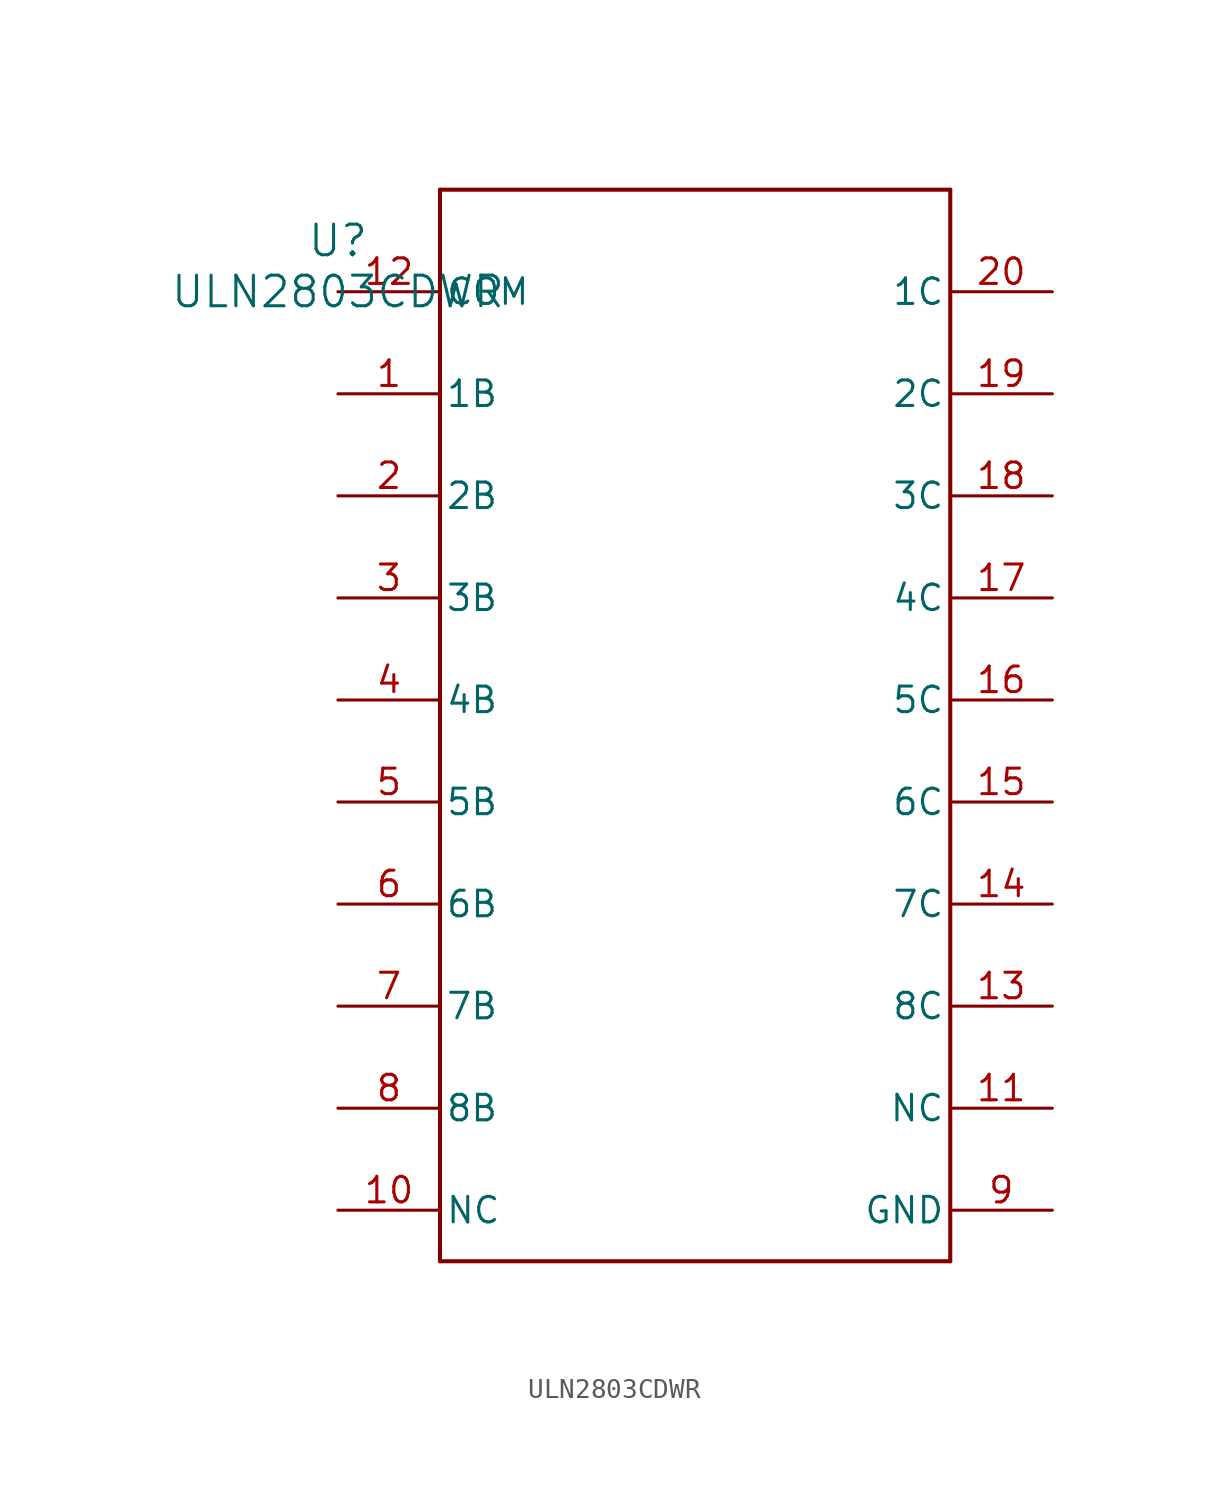
<source format=kicad_sym>
(kicad_symbol_lib
  (version 20211014)
  (generator kicad_symbol_editor)
  (symbol "ULN2803CDWR"
    (pin_names
      (offset 0.254))
    (property "Reference" "U"
      (at 0 2.54 0)
      (effects (font (size 1.524 1.524))))
    (property "Value" "ULN2803CDWR"
      (at 0 0 0)
      (effects (font (size 1.524 1.524))))
    (symbol "ULN2803CDWR_0_1"
      (polyline (pts (xy 5.08 -48.26) (xy 30.48 -48.26)) (stroke (width 0.203) (type default) (color 0 0 0 0)) (fill (type none)))
      (polyline (pts (xy 30.48 -48.26) (xy 30.48 5.08)) (stroke (width 0.203) (type default) (color 0 0 0 0)) (fill (type none)))
      (polyline (pts (xy 30.48 5.08) (xy 5.08 5.08)) (stroke (width 0.203) (type default) (color 0 0 0 0)) (fill (type none)))
      (polyline (pts (xy 5.08 5.08) (xy 5.08 -48.26)) (stroke (width 0.203) (type default) (color 0 0 0 0)) (fill (type none)))
      (pin input line (at 0 -5.08 0) (length 5.08) (name "1B" (effects (font (size 1.27 1.27)))) (number "1" (effects (font (size 1.27 1.27)))))
      (pin input line (at 0 -10.16 0) (length 5.08) (name "2B" (effects (font (size 1.27 1.27)))) (number "2" (effects (font (size 1.27 1.27)))))
      (pin input line (at 0 -15.24 0) (length 5.08) (name "3B" (effects (font (size 1.27 1.27)))) (number "3" (effects (font (size 1.27 1.27)))))
      (pin input line (at 0 -20.32 0) (length 5.08) (name "4B" (effects (font (size 1.27 1.27)))) (number "4" (effects (font (size 1.27 1.27)))))
      (pin input line (at 0 -25.4 0) (length 5.08) (name "5B" (effects (font (size 1.27 1.27)))) (number "5" (effects (font (size 1.27 1.27)))))
      (pin input line (at 0 -30.48 0) (length 5.08) (name "6B" (effects (font (size 1.27 1.27)))) (number "6" (effects (font (size 1.27 1.27)))))
      (pin input line (at 0 -35.56 0) (length 5.08) (name "7B" (effects (font (size 1.27 1.27)))) (number "7" (effects (font (size 1.27 1.27)))))
      (pin input line (at 0 -40.64 0) (length 5.08) (name "8B" (effects (font (size 1.27 1.27)))) (number "8" (effects (font (size 1.27 1.27)))))
      (pin power_in line (at 35.56 -45.72 180) (length 5.08) (name "GND" (effects (font (size 1.27 1.27)))) (number "9" (effects (font (size 1.27 1.27)))))
      (pin unspecified line (at 0 -45.72 0) (length 5.08) (name "NC" (effects (font (size 1.27 1.27)))) (number "10" (effects (font (size 1.27 1.27)))))
      (pin unspecified line (at 35.56 -40.64 180) (length 5.08) (name "NC" (effects (font (size 1.27 1.27)))) (number "11" (effects (font (size 1.27 1.27)))))
      (pin unspecified line (at 0 0 0) (length 5.08) (name "COM" (effects (font (size 1.27 1.27)))) (number "12" (effects (font (size 1.27 1.27)))))
      (pin output line (at 35.56 -35.56 180) (length 5.08) (name "8C" (effects (font (size 1.27 1.27)))) (number "13" (effects (font (size 1.27 1.27)))))
      (pin output line (at 35.56 -30.48 180) (length 5.08) (name "7C" (effects (font (size 1.27 1.27)))) (number "14" (effects (font (size 1.27 1.27)))))
      (pin output line (at 35.56 -25.4 180) (length 5.08) (name "6C" (effects (font (size 1.27 1.27)))) (number "15" (effects (font (size 1.27 1.27)))))
      (pin output line (at 35.56 -20.32 180) (length 5.08) (name "5C" (effects (font (size 1.27 1.27)))) (number "16" (effects (font (size 1.27 1.27)))))
      (pin output line (at 35.56 -15.24 180) (length 5.08) (name "4C" (effects (font (size 1.27 1.27)))) (number "17" (effects (font (size 1.27 1.27)))))
      (pin output line (at 35.56 -10.16 180) (length 5.08) (name "3C" (effects (font (size 1.27 1.27)))) (number "18" (effects (font (size 1.27 1.27)))))
      (pin output line (at 35.56 -5.08 180) (length 5.08) (name "2C" (effects (font (size 1.27 1.27)))) (number "19" (effects (font (size 1.27 1.27)))))
      (pin output line (at 35.56 0 180) (length 5.08) (name "1C" (effects (font (size 1.27 1.27)))) (number "20" (effects (font (size 1.27 1.27))))))))
</source>
